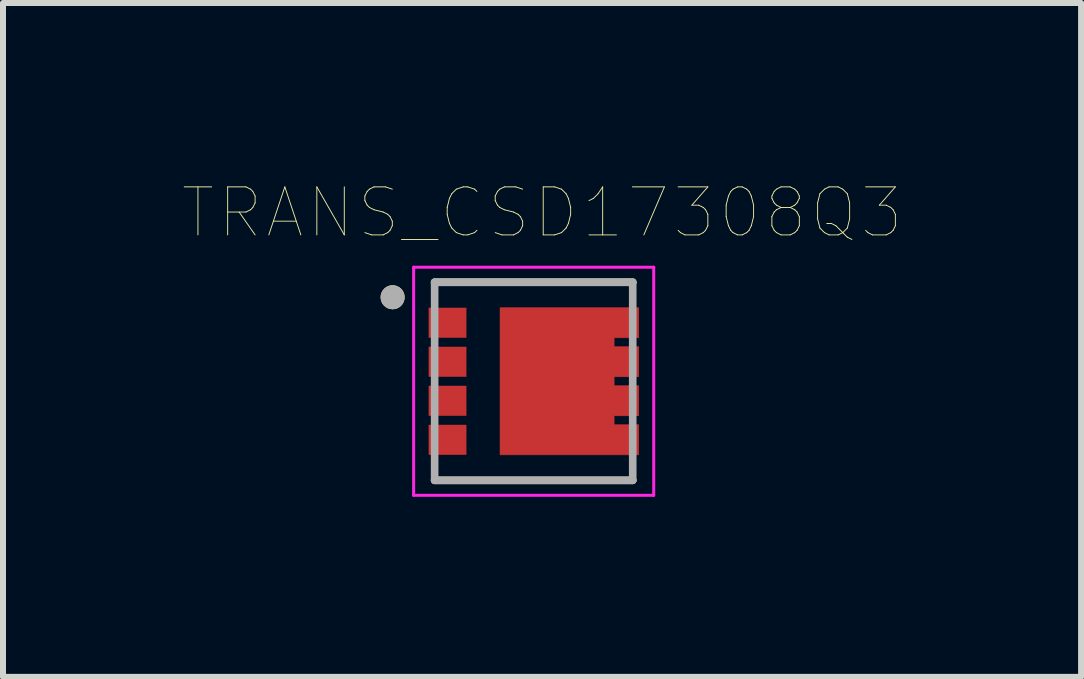
<source format=kicad_pcb>
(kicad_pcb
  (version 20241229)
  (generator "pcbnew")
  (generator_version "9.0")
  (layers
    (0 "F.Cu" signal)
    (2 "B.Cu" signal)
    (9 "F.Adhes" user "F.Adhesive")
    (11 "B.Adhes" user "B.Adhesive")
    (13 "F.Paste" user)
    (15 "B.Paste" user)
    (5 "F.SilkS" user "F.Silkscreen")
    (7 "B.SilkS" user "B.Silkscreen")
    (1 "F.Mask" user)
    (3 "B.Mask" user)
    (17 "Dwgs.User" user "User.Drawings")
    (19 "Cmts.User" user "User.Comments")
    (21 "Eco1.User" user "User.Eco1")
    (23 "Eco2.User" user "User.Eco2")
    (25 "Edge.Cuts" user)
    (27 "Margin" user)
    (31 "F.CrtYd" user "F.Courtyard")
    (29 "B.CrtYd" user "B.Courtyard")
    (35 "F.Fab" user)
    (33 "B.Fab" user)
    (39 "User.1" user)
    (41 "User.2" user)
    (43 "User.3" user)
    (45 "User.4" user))
  (footprint "TRANS_CSD17308Q3"
    (layer "F.Cu")
    (at 5.841 3.302)
    (property "Reference" "TRANS_CSD17308Q3" (at 0.14 -2.808 0) (layer "F.SilkS") (effects (font (size 0.8 0.8) (thickness 0.015))))
    (attr through_hole)
    (fp_poly (pts (xy 1.75 -1.225) (xy 1.75 -0.725) (xy 1.34 -0.725) (xy 1.34 -0.575) (xy 1.75 -0.575) (xy 1.75 -0.075) (xy 1.34 -0.075) (xy 1.34 0.075) (xy 1.75 0.075) (xy 1.75 0.575) (xy 1.34 0.575) (xy 1.34 0.725) (xy 1.75 0.725) (xy 1.75 1.225) (xy -0.56 1.225) (xy -0.56 -1.225)) (stroke (width 0.01) (type solid)) (fill yes) (layer "F.Cu"))
    (fp_poly (pts (xy -0.66 -1.325) (xy 1.85 -1.325) (xy 1.85 1.325) (xy -0.66 1.325)) (stroke (width 0.01) (type solid)) (fill yes) (layer "F.Mask"))
    (fp_line (start -1.65 -1.65) (end 1.65 -1.65) (stroke (width 0.127) (type solid)) (layer "F.SilkS"))
    (fp_line (start -1.65 1.65) (end 1.65 1.65) (stroke (width 0.127) (type solid)) (layer "F.SilkS"))
    (fp_circle (center -2.35 -1.4) (end -2.25 -1.4) (stroke (width 0.2) (type solid)) (fill no) (layer "F.SilkS"))
    (fp_poly (pts (xy -1.66 -1.145) (xy -1.21 -1.145) (xy -1.21 -0.805) (xy -1.66 -0.805)) (stroke (width 0.01) (type solid)) (fill yes) (layer "F.Paste"))
    (fp_poly (pts (xy -1.66 -0.495) (xy -1.21 -0.495) (xy -1.21 -0.155) (xy -1.66 -0.155)) (stroke (width 0.01) (type solid)) (fill yes) (layer "F.Paste"))
    (fp_poly (pts (xy -1.66 0.155) (xy -1.21 0.155) (xy -1.21 0.495) (xy -1.66 0.495)) (stroke (width 0.01) (type solid)) (fill yes) (layer "F.Paste"))
    (fp_poly (pts (xy -1.66 0.805) (xy -1.21 0.805) (xy -1.21 1.145) (xy -1.66 1.145)) (stroke (width 0.01) (type solid)) (fill yes) (layer "F.Paste"))
    (fp_poly (pts (xy -0.46 -1.145) (xy 0.985 -1.145) (xy 0.985 -0.125) (xy -0.46 -0.125)) (stroke (width 0.01) (type solid)) (fill yes) (layer "F.Paste"))
    (fp_poly (pts (xy -0.46 0.125) (xy 0.985 0.125) (xy 0.985 1.145) (xy -0.46 1.145)) (stroke (width 0.01) (type solid)) (fill yes) (layer "F.Paste"))
    (fp_poly (pts (xy 1.21 -1.145) (xy 1.66 -1.145) (xy 1.66 -0.805) (xy 1.21 -0.805)) (stroke (width 0.01) (type solid)) (fill yes) (layer "F.Paste"))
    (fp_poly (pts (xy 1.21 -0.495) (xy 1.66 -0.495) (xy 1.66 -0.155) (xy 1.21 -0.155)) (stroke (width 0.01) (type solid)) (fill yes) (layer "F.Paste"))
    (fp_poly (pts (xy 1.21 0.155) (xy 1.66 0.155) (xy 1.66 0.495) (xy 1.21 0.495)) (stroke (width 0.01) (type solid)) (fill yes) (layer "F.Paste"))
    (fp_poly (pts (xy 1.21 0.805) (xy 1.66 0.805) (xy 1.66 1.145) (xy 1.21 1.145)) (stroke (width 0.01) (type solid)) (fill yes) (layer "F.Paste"))
    (fp_line (start -2 -1.9) (end 2 -1.9) (stroke (width 0.05) (type solid)) (layer "F.CrtYd"))
    (fp_line (start -2 1.9) (end -2 -1.9) (stroke (width 0.05) (type solid)) (layer "F.CrtYd"))
    (fp_line (start 2 -1.9) (end 2 1.9) (stroke (width 0.05) (type solid)) (layer "F.CrtYd"))
    (fp_line (start 2 1.9) (end -2 1.9) (stroke (width 0.05) (type solid)) (layer "F.CrtYd"))
    (fp_line (start -1.65 -1.65) (end 1.65 -1.65) (stroke (width 0.127) (type solid)) (layer "F.Fab"))
    (fp_line (start -1.65 1.65) (end -1.65 -1.65) (stroke (width 0.127) (type solid)) (layer "F.Fab"))
    (fp_line (start 1.65 -1.65) (end 1.65 1.65) (stroke (width 0.127) (type solid)) (layer "F.Fab"))
    (fp_line (start 1.65 1.65) (end -1.65 1.65) (stroke (width 0.127) (type solid)) (layer "F.Fab"))
    (fp_circle (center -2.35 -1.4) (end -2.25 -1.4) (stroke (width 0.2) (type solid)) (fill no) (layer "F.Fab"))
    (pad "1" smd rect (at -1.435 -0.975) (size 0.63 0.5) (layers "F.Cu" "F.Mask"))
    (pad "2" smd rect (at -1.435 -0.325) (size 0.63 0.5) (layers "F.Cu" "F.Mask"))
    (pad "3" smd rect (at -1.435 0.325) (size 0.63 0.5) (layers "F.Cu" "F.Mask"))
    (pad "4" smd rect (at -1.435 0.975) (size 0.63 0.5) (layers "F.Cu" "F.Mask"))
    (pad "58" smd rect (at 0 0) (size 0.63 0.5) (layers "F.Cu")))
  (gr_rect
    (start -3 -3)
    (end 14.961 8.227)
    (stroke (width 0.1) (type default))
    (fill no)
    (layer "Edge.Cuts")))
</source>
